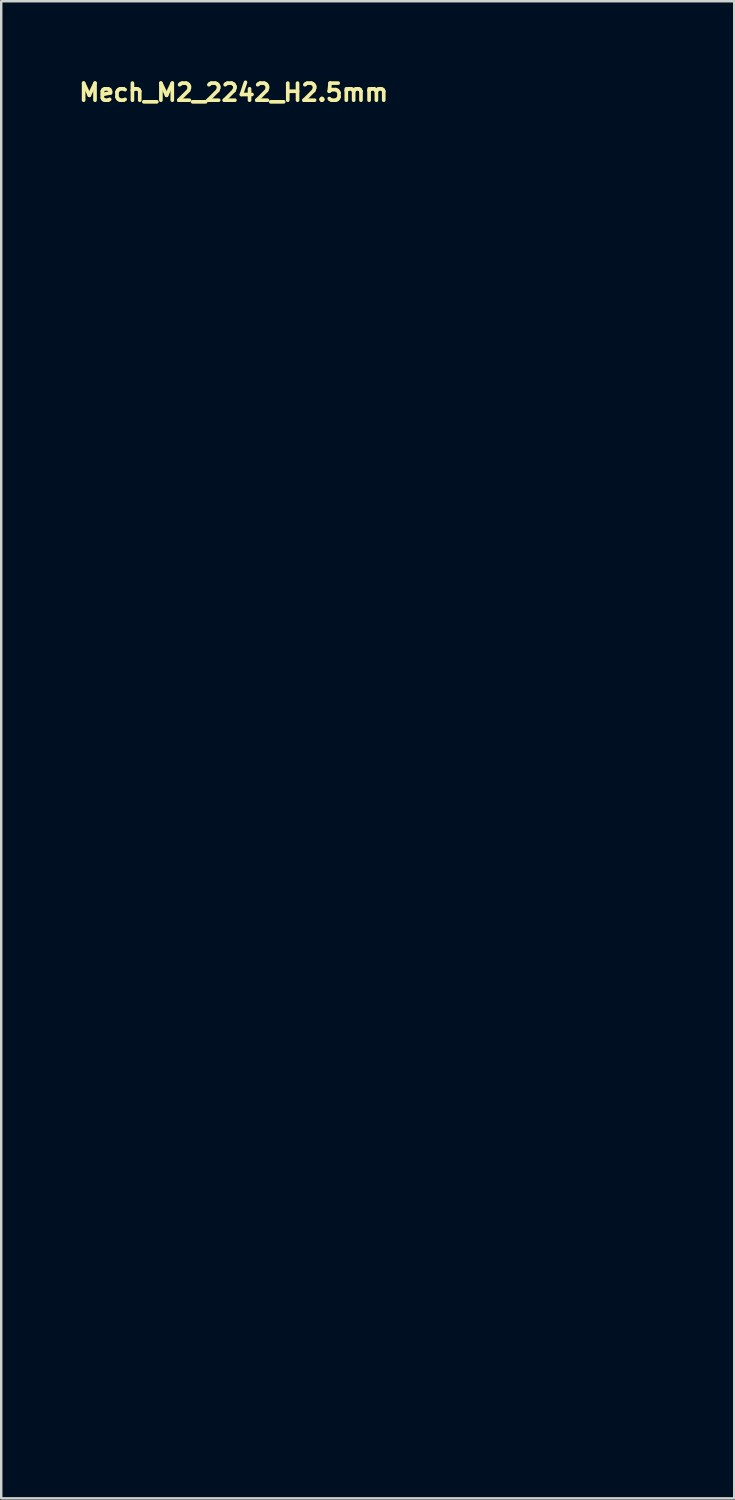
<source format=kicad_pcb>
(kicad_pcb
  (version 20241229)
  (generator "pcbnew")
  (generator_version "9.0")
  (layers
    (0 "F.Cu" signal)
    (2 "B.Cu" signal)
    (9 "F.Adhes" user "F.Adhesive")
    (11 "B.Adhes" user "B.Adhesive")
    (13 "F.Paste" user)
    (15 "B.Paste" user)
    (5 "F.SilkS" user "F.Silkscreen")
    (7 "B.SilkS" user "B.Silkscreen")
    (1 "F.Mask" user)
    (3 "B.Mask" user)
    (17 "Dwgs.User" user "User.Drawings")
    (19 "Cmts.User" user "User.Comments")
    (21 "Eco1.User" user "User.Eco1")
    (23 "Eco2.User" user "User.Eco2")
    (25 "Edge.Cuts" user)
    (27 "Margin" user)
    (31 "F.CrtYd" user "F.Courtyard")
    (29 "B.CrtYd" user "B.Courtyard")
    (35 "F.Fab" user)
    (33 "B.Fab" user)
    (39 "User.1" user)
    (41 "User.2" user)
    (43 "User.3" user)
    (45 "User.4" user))
  (footprint "Mech_M2_2242_H2.5mm"
    (layer "F.Cu")
    (at 12.944 13.26)
    (property "Reference" "Mech_M2_2242_H2.5mm" (at -0.001 -12.11 0) (layer "F.SilkS") (effects (font (size 0.7 0.7) (thickness 0.15)) (justify right bottom)))
    (attr exclude_from_pos_files exclude_from_bom)
    (fp_line (start -11 0) (end -11 42.001) (stroke (width 0.2) (type solid)) (layer "Eco1.User"))
    (fp_line (start -11 42.001) (end 10.999 42.001) (stroke (width 0.2) (type solid)) (layer "Eco1.User"))
    (fp_line (start 10.999 0) (end -11 0) (stroke (width 0.2) (type solid)) (layer "Eco1.User"))
    (fp_line (start 10.999 42.001) (end 10.999 0) (stroke (width 0.2) (type solid)) (layer "Eco1.User"))
    (fp_circle (center -0.001 0) (end -1.25 0) (stroke (width 0.2) (type solid)) (fill no) (layer "Eco1.User"))
    (fp_rect (start -11 0) (end 10.999 41.998) (stroke (width 0.1) (type solid)) (fill no) (layer "User.5"))
    (fp_line (start -11 0) (end -2.75 0) (stroke (width 0.02) (type solid)) (layer "User.9"))
    (fp_line (start -11 37.998) (end -11 0) (stroke (width 0.02) (type solid)) (layer "User.9"))
    (fp_line (start -11 37.998) (end 10.999 37.998) (stroke (width 0.02) (type solid)) (layer "User.9"))
    (fp_line (start -10.401 37.999) (end -10.426 37.998) (stroke (width 0.02) (type solid)) (layer "User.9"))
    (fp_line (start -10.376 38.001) (end -10.401 37.999) (stroke (width 0.02) (type solid)) (layer "User.9"))
    (fp_line (start -10.353 38.004) (end -10.376 38.001) (stroke (width 0.02) (type solid)) (layer "User.9"))
    (fp_line (start -10.327 38.008) (end -10.353 38.004) (stroke (width 0.02) (type solid)) (layer "User.9"))
    (fp_line (start -10.305 38.015) (end -10.327 38.008) (stroke (width 0.02) (type solid)) (layer "User.9"))
    (fp_line (start -10.28 38.021) (end -10.305 38.015) (stroke (width 0.02) (type solid)) (layer "User.9"))
    (fp_line (start -10.257 38.028) (end -10.28 38.021) (stroke (width 0.02) (type solid)) (layer "User.9"))
    (fp_line (start -10.234 38.037) (end -10.257 38.028) (stroke (width 0.02) (type solid)) (layer "User.9"))
    (fp_line (start -10.212 38.047) (end -10.234 38.037) (stroke (width 0.02) (type solid)) (layer "User.9"))
    (fp_line (start -10.19 38.057) (end -10.212 38.047) (stroke (width 0.02) (type solid)) (layer "User.9"))
    (fp_line (start -10.17 38.069) (end -10.19 38.057) (stroke (width 0.02) (type solid)) (layer "User.9"))
    (fp_line (start -10.148 38.083) (end -10.17 38.069) (stroke (width 0.02) (type solid)) (layer "User.9"))
    (fp_line (start -10.128 38.097) (end -10.148 38.083) (stroke (width 0.02) (type solid)) (layer "User.9"))
    (fp_line (start -10.109 38.112) (end -10.128 38.097) (stroke (width 0.02) (type solid)) (layer "User.9"))
    (fp_line (start -10.09 38.129) (end -10.109 38.112) (stroke (width 0.02) (type solid)) (layer "User.9"))
    (fp_line (start -10.073 38.146) (end -10.09 38.129) (stroke (width 0.02) (type solid)) (layer "User.9"))
    (fp_line (start -10.073 38.146) (end -10.073 38.146) (stroke (width 0.02) (type solid)) (layer "User.9"))
    (fp_line (start -10.055 38.164) (end -10.073 38.146) (stroke (width 0.02) (type solid)) (layer "User.9"))
    (fp_line (start -10.039 38.182) (end -10.055 38.164) (stroke (width 0.02) (type solid)) (layer "User.9"))
    (fp_line (start -10.025 38.202) (end -10.039 38.182) (stroke (width 0.02) (type solid)) (layer "User.9"))
    (fp_line (start -10.01 38.222) (end -10.025 38.202) (stroke (width 0.02) (type solid)) (layer "User.9"))
    (fp_line (start -9.997 38.243) (end -10.01 38.222) (stroke (width 0.02) (type solid)) (layer "User.9"))
    (fp_line (start -9.984 38.263) (end -9.997 38.243) (stroke (width 0.02) (type solid)) (layer "User.9"))
    (fp_line (start -9.974 38.286) (end -9.984 38.263) (stroke (width 0.02) (type solid)) (layer "User.9"))
    (fp_line (start -9.965 38.307) (end -9.974 38.286) (stroke (width 0.02) (type solid)) (layer "User.9"))
    (fp_line (start -9.955 38.33) (end -9.965 38.307) (stroke (width 0.02) (type solid)) (layer "User.9"))
    (fp_line (start -9.948 38.353) (end -9.955 38.33) (stroke (width 0.02) (type solid)) (layer "User.9"))
    (fp_line (start -9.942 38.377) (end -9.948 38.353) (stroke (width 0.02) (type solid)) (layer "User.9"))
    (fp_line (start -9.936 38.402) (end -9.942 38.377) (stroke (width 0.02) (type solid)) (layer "User.9"))
    (fp_line (start -9.932 38.426) (end -9.936 38.402) (stroke (width 0.02) (type solid)) (layer "User.9"))
    (fp_line (start -9.929 38.449) (end -9.932 38.426) (stroke (width 0.02) (type solid)) (layer "User.9"))
    (fp_line (start -9.926 38.475) (end -9.929 38.449) (stroke (width 0.02) (type solid)) (layer "User.9"))
    (fp_line (start -9.926 38.498) (end -9.926 38.475) (stroke (width 0.02) (type solid)) (layer "User.9"))
    (fp_line (start -9.926 41.998) (end -9.926 38.498) (stroke (width 0.02) (type solid)) (layer "User.9"))
    (fp_line (start -9.926 41.998) (end -6.726 41.998) (stroke (width 0.02) (type solid)) (layer "User.9"))
    (fp_line (start -9.426 39.998) (end -9.076 39.998) (stroke (width 0.02) (type solid)) (layer "User.9"))
    (fp_line (start -9.426 41.699) (end -9.426 39.998) (stroke (width 0.02) (type solid)) (layer "User.9"))
    (fp_line (start -9.076 39.998) (end -9.076 41.699) (stroke (width 0.02) (type solid)) (layer "User.9"))
    (fp_line (start -9.076 41.699) (end -9.426 41.699) (stroke (width 0.02) (type solid)) (layer "User.9"))
    (fp_line (start -8.926 39.998) (end -8.576 39.998) (stroke (width 0.02) (type solid)) (layer "User.9"))
    (fp_line (start -8.926 41.699) (end -8.926 39.998) (stroke (width 0.02) (type solid)) (layer "User.9"))
    (fp_line (start -8.576 39.998) (end -8.576 41.699) (stroke (width 0.02) (type solid)) (layer "User.9"))
    (fp_line (start -8.576 41.699) (end -8.926 41.699) (stroke (width 0.02) (type solid)) (layer "User.9"))
    (fp_line (start -8.426 39.998) (end -8.075 39.998) (stroke (width 0.02) (type solid)) (layer "User.9"))
    (fp_line (start -8.426 41.699) (end -8.426 39.998) (stroke (width 0.02) (type solid)) (layer "User.9"))
    (fp_line (start -8.075 39.998) (end -8.075 41.699) (stroke (width 0.02) (type solid)) (layer "User.9"))
    (fp_line (start -8.075 41.699) (end -8.426 41.699) (stroke (width 0.02) (type solid)) (layer "User.9"))
    (fp_line (start -7.925 39.998) (end -7.577 39.998) (stroke (width 0.02) (type solid)) (layer "User.9"))
    (fp_line (start -7.925 41.699) (end -7.925 39.998) (stroke (width 0.02) (type solid)) (layer "User.9"))
    (fp_line (start -7.577 39.998) (end -7.577 41.699) (stroke (width 0.02) (type solid)) (layer "User.9"))
    (fp_line (start -7.577 41.699) (end -7.925 41.699) (stroke (width 0.02) (type solid)) (layer "User.9"))
    (fp_line (start -7.425 39.998) (end -7.077 39.998) (stroke (width 0.02) (type solid)) (layer "User.9"))
    (fp_line (start -7.425 41.699) (end -7.425 39.998) (stroke (width 0.02) (type solid)) (layer "User.9"))
    (fp_line (start -7.077 39.998) (end -7.077 41.699) (stroke (width 0.02) (type solid)) (layer "User.9"))
    (fp_line (start -7.077 41.699) (end -7.425 41.699) (stroke (width 0.02) (type solid)) (layer "User.9"))
    (fp_line (start -6.726 39.068) (end -6.726 39.098) (stroke (width 0.02) (type solid)) (layer "User.9"))
    (fp_line (start -6.726 39.098) (end -6.726 41.998) (stroke (width 0.02) (type solid)) (layer "User.9"))
    (fp_line (start -6.723 39.037) (end -6.726 39.068) (stroke (width 0.02) (type solid)) (layer "User.9"))
    (fp_line (start -6.72 39.007) (end -6.723 39.037) (stroke (width 0.02) (type solid)) (layer "User.9"))
    (fp_line (start -6.713 38.978) (end -6.72 39.007) (stroke (width 0.02) (type solid)) (layer "User.9"))
    (fp_line (start -6.707 38.949) (end -6.713 38.978) (stroke (width 0.02) (type solid)) (layer "User.9"))
    (fp_line (start -6.699 38.92) (end -6.707 38.949) (stroke (width 0.02) (type solid)) (layer "User.9"))
    (fp_line (start -6.689 38.893) (end -6.699 38.92) (stroke (width 0.02) (type solid)) (layer "User.9"))
    (fp_line (start -6.678 38.865) (end -6.689 38.893) (stroke (width 0.02) (type solid)) (layer "User.9"))
    (fp_line (start -6.667 38.838) (end -6.678 38.865) (stroke (width 0.02) (type solid)) (layer "User.9"))
    (fp_line (start -6.654 38.813) (end -6.667 38.838) (stroke (width 0.02) (type solid)) (layer "User.9"))
    (fp_line (start -6.64 38.789) (end -6.654 38.813) (stroke (width 0.02) (type solid)) (layer "User.9"))
    (fp_line (start -6.624 38.763) (end -6.64 38.789) (stroke (width 0.02) (type solid)) (layer "User.9"))
    (fp_line (start -6.606 38.74) (end -6.624 38.763) (stroke (width 0.02) (type solid)) (layer "User.9"))
    (fp_line (start -6.588 38.717) (end -6.606 38.74) (stroke (width 0.02) (type solid)) (layer "User.9"))
    (fp_line (start -6.571 38.696) (end -6.588 38.717) (stroke (width 0.02) (type solid)) (layer "User.9"))
    (fp_line (start -6.55 38.675) (end -6.571 38.696) (stroke (width 0.02) (type solid)) (layer "User.9"))
    (fp_line (start -6.529 38.655) (end -6.55 38.675) (stroke (width 0.02) (type solid)) (layer "User.9"))
    (fp_line (start -6.508 38.637) (end -6.529 38.655) (stroke (width 0.02) (type solid)) (layer "User.9"))
    (fp_line (start -6.484 38.618) (end -6.508 38.637) (stroke (width 0.02) (type solid)) (layer "User.9"))
    (fp_line (start -6.462 38.601) (end -6.484 38.618) (stroke (width 0.02) (type solid)) (layer "User.9"))
    (fp_line (start -6.438 38.586) (end -6.462 38.601) (stroke (width 0.02) (type solid)) (layer "User.9"))
    (fp_line (start -6.412 38.571) (end -6.438 38.586) (stroke (width 0.02) (type solid)) (layer "User.9"))
    (fp_line (start -6.386 38.559) (end -6.412 38.571) (stroke (width 0.02) (type solid)) (layer "User.9"))
    (fp_line (start -6.359 38.547) (end -6.386 38.559) (stroke (width 0.02) (type solid)) (layer "User.9"))
    (fp_line (start -6.332 38.536) (end -6.359 38.547) (stroke (width 0.02) (type solid)) (layer "User.9"))
    (fp_line (start -6.305 38.527) (end -6.332 38.536) (stroke (width 0.02) (type solid)) (layer "User.9"))
    (fp_line (start -6.276 38.519) (end -6.305 38.527) (stroke (width 0.02) (type solid)) (layer "User.9"))
    (fp_line (start -6.247 38.512) (end -6.276 38.519) (stroke (width 0.02) (type solid)) (layer "User.9"))
    (fp_line (start -6.218 38.507) (end -6.247 38.512) (stroke (width 0.02) (type solid)) (layer "User.9"))
    (fp_line (start -6.188 38.502) (end -6.218 38.507) (stroke (width 0.02) (type solid)) (layer "User.9"))
    (fp_line (start -6.156 38.501) (end -6.188 38.502) (stroke (width 0.02) (type solid)) (layer "User.9"))
    (fp_line (start -6.125 38.499) (end -6.156 38.501) (stroke (width 0.02) (type solid)) (layer "User.9"))
    (fp_line (start -6.125 38.499) (end -6.125 38.499) (stroke (width 0.02) (type solid)) (layer "User.9"))
    (fp_line (start -6.095 38.501) (end -6.125 38.499) (stroke (width 0.02) (type solid)) (layer "User.9"))
    (fp_line (start -6.064 38.502) (end -6.095 38.501) (stroke (width 0.02) (type solid)) (layer "User.9"))
    (fp_line (start -6.034 38.507) (end -6.064 38.502) (stroke (width 0.02) (type solid)) (layer "User.9"))
    (fp_line (start -6.005 38.512) (end -6.034 38.507) (stroke (width 0.02) (type solid)) (layer "User.9"))
    (fp_line (start -5.976 38.519) (end -6.005 38.512) (stroke (width 0.02) (type solid)) (layer "User.9"))
    (fp_line (start -5.947 38.527) (end -5.976 38.519) (stroke (width 0.02) (type solid)) (layer "User.9"))
    (fp_line (start -5.92 38.536) (end -5.947 38.527) (stroke (width 0.02) (type solid)) (layer "User.9"))
    (fp_line (start -5.893 38.547) (end -5.92 38.536) (stroke (width 0.02) (type solid)) (layer "User.9"))
    (fp_line (start -5.866 38.559) (end -5.893 38.547) (stroke (width 0.02) (type solid)) (layer "User.9"))
    (fp_line (start -5.84 38.571) (end -5.866 38.559) (stroke (width 0.02) (type solid)) (layer "User.9"))
    (fp_line (start -5.814 38.586) (end -5.84 38.571) (stroke (width 0.02) (type solid)) (layer "User.9"))
    (fp_line (start -5.79 38.601) (end -5.814 38.586) (stroke (width 0.02) (type solid)) (layer "User.9"))
    (fp_line (start -5.768 38.618) (end -5.79 38.601) (stroke (width 0.02) (type solid)) (layer "User.9"))
    (fp_line (start -5.744 38.637) (end -5.768 38.618) (stroke (width 0.02) (type solid)) (layer "User.9"))
    (fp_line (start -5.723 38.655) (end -5.744 38.637) (stroke (width 0.02) (type solid)) (layer "User.9"))
    (fp_line (start -5.702 38.675) (end -5.723 38.655) (stroke (width 0.02) (type solid)) (layer "User.9"))
    (fp_line (start -5.681 38.696) (end -5.702 38.675) (stroke (width 0.02) (type solid)) (layer "User.9"))
    (fp_line (start -5.664 38.717) (end -5.681 38.696) (stroke (width 0.02) (type solid)) (layer "User.9"))
    (fp_line (start -5.646 38.74) (end -5.664 38.717) (stroke (width 0.02) (type solid)) (layer "User.9"))
    (fp_line (start -5.628 38.763) (end -5.646 38.74) (stroke (width 0.02) (type solid)) (layer "User.9"))
    (fp_line (start -5.612 38.789) (end -5.628 38.763) (stroke (width 0.02) (type solid)) (layer "User.9"))
    (fp_line (start -5.598 38.813) (end -5.612 38.789) (stroke (width 0.02) (type solid)) (layer "User.9"))
    (fp_line (start -5.585 38.838) (end -5.598 38.813) (stroke (width 0.02) (type solid)) (layer "User.9"))
    (fp_line (start -5.574 38.865) (end -5.585 38.838) (stroke (width 0.02) (type solid)) (layer "User.9"))
    (fp_line (start -5.563 38.893) (end -5.574 38.865) (stroke (width 0.02) (type solid)) (layer "User.9"))
    (fp_line (start -5.553 38.92) (end -5.563 38.893) (stroke (width 0.02) (type solid)) (layer "User.9"))
    (fp_line (start -5.545 38.949) (end -5.553 38.92) (stroke (width 0.02) (type solid)) (layer "User.9"))
    (fp_line (start -5.539 38.978) (end -5.545 38.949) (stroke (width 0.02) (type solid)) (layer "User.9"))
    (fp_line (start -5.532 39.007) (end -5.539 38.978) (stroke (width 0.02) (type solid)) (layer "User.9"))
    (fp_line (start -5.529 39.037) (end -5.532 39.007) (stroke (width 0.02) (type solid)) (layer "User.9"))
    (fp_line (start -5.526 39.068) (end -5.529 39.037) (stroke (width 0.02) (type solid)) (layer "User.9"))
    (fp_line (start -5.526 39.098) (end -5.526 39.068) (stroke (width 0.02) (type solid)) (layer "User.9"))
    (fp_line (start -5.526 39.098) (end -5.526 41.998) (stroke (width 0.02) (type solid)) (layer "User.9"))
    (fp_line (start -5.526 41.998) (end 5.025 41.998) (stroke (width 0.02) (type solid)) (layer "User.9"))
    (fp_line (start -4.925 39.998) (end -4.577 39.998) (stroke (width 0.02) (type solid)) (layer "User.9"))
    (fp_line (start -4.925 41.699) (end -4.925 39.998) (stroke (width 0.02) (type solid)) (layer "User.9"))
    (fp_line (start -4.577 39.998) (end -4.577 41.699) (stroke (width 0.02) (type solid)) (layer "User.9"))
    (fp_line (start -4.577 41.699) (end -4.925 41.699) (stroke (width 0.02) (type solid)) (layer "User.9"))
    (fp_line (start -4.425 39.998) (end -4.077 39.998) (stroke (width 0.02) (type solid)) (layer "User.9"))
    (fp_line (start -4.425 41.699) (end -4.425 39.998) (stroke (width 0.02) (type solid)) (layer "User.9"))
    (fp_line (start -4.077 39.998) (end -4.077 41.699) (stroke (width 0.02) (type solid)) (layer "User.9"))
    (fp_line (start -4.077 41.699) (end -4.425 41.699) (stroke (width 0.02) (type solid)) (layer "User.9"))
    (fp_line (start -3.926 39.998) (end -3.576 39.998) (stroke (width 0.02) (type solid)) (layer "User.9"))
    (fp_line (start -3.926 41.699) (end -3.926 39.998) (stroke (width 0.02) (type solid)) (layer "User.9"))
    (fp_line (start -3.576 39.998) (end -3.576 41.699) (stroke (width 0.02) (type solid)) (layer "User.9"))
    (fp_line (start -3.576 41.699) (end -3.926 41.699) (stroke (width 0.02) (type solid)) (layer "User.9"))
    (fp_line (start -3.426 39.998) (end -3.077 39.998) (stroke (width 0.02) (type solid)) (layer "User.9"))
    (fp_line (start -3.426 41.699) (end -3.426 39.998) (stroke (width 0.02) (type solid)) (layer "User.9"))
    (fp_line (start -3.077 39.998) (end -3.077 41.699) (stroke (width 0.02) (type solid)) (layer "User.9"))
    (fp_line (start -3.077 41.699) (end -3.426 41.699) (stroke (width 0.02) (type solid)) (layer "User.9"))
    (fp_line (start -2.926 39.998) (end -2.577 39.998) (stroke (width 0.02) (type solid)) (layer "User.9"))
    (fp_line (start -2.926 41.699) (end -2.926 39.998) (stroke (width 0.02) (type solid)) (layer "User.9"))
    (fp_line (start -2.75 0) (end -2.745 0.183) (stroke (width 0.02) (type solid)) (layer "User.9"))
    (fp_line (start -2.75 0) (end -1.75 0) (stroke (width 0.02) (type solid)) (layer "User.9"))
    (fp_line (start -2.745 0.183) (end -2.726 0.364) (stroke (width 0.02) (type solid)) (layer "User.9"))
    (fp_line (start -2.726 0.364) (end -2.698 0.541) (stroke (width 0.02) (type solid)) (layer "User.9"))
    (fp_line (start -2.698 0.541) (end -2.656 0.716) (stroke (width 0.02) (type solid)) (layer "User.9"))
    (fp_line (start -2.656 0.716) (end -2.604 0.887) (stroke (width 0.02) (type solid)) (layer "User.9"))
    (fp_line (start -2.604 0.887) (end -2.54 1.055) (stroke (width 0.02) (type solid)) (layer "User.9"))
    (fp_line (start -2.577 39.998) (end -2.577 41.699) (stroke (width 0.02) (type solid)) (layer "User.9"))
    (fp_line (start -2.577 41.699) (end -2.926 41.699) (stroke (width 0.02) (type solid)) (layer "User.9"))
    (fp_line (start -2.54 1.055) (end -2.467 1.218) (stroke (width 0.02) (type solid)) (layer "User.9"))
    (fp_line (start -2.467 1.218) (end -2.383 1.375) (stroke (width 0.02) (type solid)) (layer "User.9"))
    (fp_line (start -2.426 39.998) (end -2.077 39.998) (stroke (width 0.02) (type solid)) (layer "User.9"))
    (fp_line (start -2.426 41.699) (end -2.426 39.998) (stroke (width 0.02) (type solid)) (layer "User.9"))
    (fp_line (start -2.383 1.375) (end -2.289 1.526) (stroke (width 0.02) (type solid)) (layer "User.9"))
    (fp_line (start -2.289 1.526) (end -2.185 1.67) (stroke (width 0.02) (type solid)) (layer "User.9"))
    (fp_line (start -2.185 1.67) (end -2.072 1.809) (stroke (width 0.02) (type solid)) (layer "User.9"))
    (fp_line (start -2.077 39.998) (end -2.077 41.699) (stroke (width 0.02) (type solid)) (layer "User.9"))
    (fp_line (start -2.077 41.699) (end -2.426 41.699) (stroke (width 0.02) (type solid)) (layer "User.9"))
    (fp_line (start -2.072 1.809) (end -1.95 1.94) (stroke (width 0.02) (type solid)) (layer "User.9"))
    (fp_line (start -1.95 1.94) (end -1.819 2.062) (stroke (width 0.02) (type solid)) (layer "User.9"))
    (fp_line (start -1.926 39.998) (end -1.575 39.998) (stroke (width 0.02) (type solid)) (layer "User.9"))
    (fp_line (start -1.926 41.699) (end -1.926 39.998) (stroke (width 0.02) (type solid)) (layer "User.9"))
    (fp_line (start -1.819 2.062) (end -1.68 2.178) (stroke (width 0.02) (type solid)) (layer "User.9"))
    (fp_line (start -1.75 0) (end -1.748 0.116) (stroke (width 0.02) (type solid)) (layer "User.9"))
    (fp_line (start -1.748 0.116) (end -1.736 0.23) (stroke (width 0.02) (type solid)) (layer "User.9"))
    (fp_line (start -1.736 0.23) (end -1.716 0.344) (stroke (width 0.02) (type solid)) (layer "User.9"))
    (fp_line (start -1.716 0.344) (end -1.69 0.455) (stroke (width 0.02) (type solid)) (layer "User.9"))
    (fp_line (start -1.69 0.455) (end -1.657 0.565) (stroke (width 0.02) (type solid)) (layer "User.9"))
    (fp_line (start -1.68 2.178) (end -1.532 2.283) (stroke (width 0.02) (type solid)) (layer "User.9"))
    (fp_line (start -1.657 0.565) (end -1.617 0.67) (stroke (width 0.02) (type solid)) (layer "User.9"))
    (fp_line (start -1.617 0.67) (end -1.569 0.774) (stroke (width 0.02) (type solid)) (layer "User.9"))
    (fp_line (start -1.575 39.998) (end -1.575 41.699) (stroke (width 0.02) (type solid)) (layer "User.9"))
    (fp_line (start -1.575 41.699) (end -1.926 41.699) (stroke (width 0.02) (type solid)) (layer "User.9"))
    (fp_line (start -1.569 0.774) (end -1.516 0.873) (stroke (width 0.02) (type solid)) (layer "User.9"))
    (fp_line (start -1.532 2.283) (end -1.375 2.381) (stroke (width 0.02) (type solid)) (layer "User.9"))
    (fp_line (start -1.516 0.873) (end -1.456 0.971) (stroke (width 0.02) (type solid)) (layer "User.9"))
    (fp_line (start -1.456 0.971) (end -1.391 1.062) (stroke (width 0.02) (type solid)) (layer "User.9"))
    (fp_line (start -1.426 39.998) (end -1.075 39.998) (stroke (width 0.02) (type solid)) (layer "User.9"))
    (fp_line (start -1.426 41.699) (end -1.426 39.998) (stroke (width 0.02) (type solid)) (layer "User.9"))
    (fp_line (start -1.391 1.062) (end -1.319 1.151) (stroke (width 0.02) (type solid)) (layer "User.9"))
    (fp_line (start -1.375 2.381) (end -1.375 2.381) (stroke (width 0.02) (type solid)) (layer "User.9"))
    (fp_line (start -1.375 2.381) (end -1.214 2.466) (stroke (width 0.02) (type solid)) (layer "User.9"))
    (fp_line (start -1.319 1.151) (end -1.242 1.233) (stroke (width 0.02) (type solid)) (layer "User.9"))
    (fp_line (start -1.242 1.233) (end -1.158 1.312) (stroke (width 0.02) (type solid)) (layer "User.9"))
    (fp_line (start -1.214 2.466) (end -1.049 2.541) (stroke (width 0.02) (type solid)) (layer "User.9"))
    (fp_line (start -1.158 1.312) (end -1.069 1.385) (stroke (width 0.02) (type solid)) (layer "User.9"))
    (fp_line (start -1.075 39.998) (end -1.075 41.699) (stroke (width 0.02) (type solid)) (layer "User.9"))
    (fp_line (start -1.075 41.699) (end -1.426 41.699) (stroke (width 0.02) (type solid)) (layer "User.9"))
    (fp_line (start -1.069 1.385) (end -0.975 1.452) (stroke (width 0.02) (type solid)) (layer "User.9"))
    (fp_line (start -1.049 2.541) (end -0.879 2.605) (stroke (width 0.02) (type solid)) (layer "User.9"))
    (fp_line (start -0.975 1.452) (end -0.875 1.515) (stroke (width 0.02) (type solid)) (layer "User.9"))
    (fp_line (start -0.927 39.998) (end -0.576 39.998) (stroke (width 0.02) (type solid)) (layer "User.9"))
    (fp_line (start -0.927 41.699) (end -0.927 39.998) (stroke (width 0.02) (type solid)) (layer "User.9"))
    (fp_line (start -0.879 2.605) (end -0.707 2.657) (stroke (width 0.02) (type solid)) (layer "User.9"))
    (fp_line (start -0.875 1.515) (end -0.875 1.515) (stroke (width 0.02) (type solid)) (layer "User.9"))
    (fp_line (start -0.875 1.515) (end -0.774 1.57) (stroke (width 0.02) (type solid)) (layer "User.9"))
    (fp_line (start -0.774 1.57) (end -0.668 1.617) (stroke (width 0.02) (type solid)) (layer "User.9"))
    (fp_line (start -0.707 2.657) (end -0.533 2.698) (stroke (width 0.02) (type solid)) (layer "User.9"))
    (fp_line (start -0.668 1.617) (end -0.56 1.658) (stroke (width 0.02) (type solid)) (layer "User.9"))
    (fp_line (start -0.576 39.998) (end -0.576 41.699) (stroke (width 0.02) (type solid)) (layer "User.9"))
    (fp_line (start -0.576 41.699) (end -0.927 41.699) (stroke (width 0.02) (type solid)) (layer "User.9"))
    (fp_line (start -0.56 1.658) (end -0.451 1.69) (stroke (width 0.02) (type solid)) (layer "User.9"))
    (fp_line (start -0.533 2.698) (end -0.356 2.725) (stroke (width 0.02) (type solid)) (layer "User.9"))
    (fp_line (start -0.451 1.69) (end -0.34 1.716) (stroke (width 0.02) (type solid)) (layer "User.9"))
    (fp_line (start -0.425 39.998) (end -0.075 39.998) (stroke (width 0.02) (type solid)) (layer "User.9"))
    (fp_line (start -0.425 41.699) (end -0.425 39.998) (stroke (width 0.02) (type solid)) (layer "User.9"))
    (fp_line (start -0.356 2.725) (end -0.178 2.744) (stroke (width 0.02) (type solid)) (layer "User.9"))
    (fp_line (start -0.34 1.716) (end -0.228 1.734) (stroke (width 0.02) (type solid)) (layer "User.9"))
    (fp_line (start -0.228 1.734) (end -0.115 1.745) (stroke (width 0.02) (type solid)) (layer "User.9"))
    (fp_line (start -0.178 2.744) (end 0 2.75) (stroke (width 0.02) (type solid)) (layer "User.9"))
    (fp_line (start -0.115 1.745) (end 0 1.748) (stroke (width 0.02) (type solid)) (layer "User.9"))
    (fp_line (start -0.075 39.998) (end -0.075 41.699) (stroke (width 0.02) (type solid)) (layer "User.9"))
    (fp_line (start -0.075 41.699) (end -0.425 41.699) (stroke (width 0.02) (type solid)) (layer "User.9"))
    (fp_line (start 0 1.748) (end 0.113 1.745) (stroke (width 0.02) (type solid)) (layer "User.9"))
    (fp_line (start 0 2.75) (end 0.176 2.744) (stroke (width 0.02) (type solid)) (layer "User.9"))
    (fp_line (start 0.073 39.998) (end 0.423 39.998) (stroke (width 0.02) (type solid)) (layer "User.9"))
    (fp_line (start 0.073 41.699) (end 0.073 39.998) (stroke (width 0.02) (type solid)) (layer "User.9"))
    (fp_line (start 0.113 1.745) (end 0.226 1.734) (stroke (width 0.02) (type solid)) (layer "User.9"))
    (fp_line (start 0.176 2.744) (end 0.354 2.725) (stroke (width 0.02) (type solid)) (layer "User.9"))
    (fp_line (start 0.226 1.734) (end 0.338 1.716) (stroke (width 0.02) (type solid)) (layer "User.9"))
    (fp_line (start 0.338 1.716) (end 0.449 1.69) (stroke (width 0.02) (type solid)) (layer "User.9"))
    (fp_line (start 0.354 2.725) (end 0.531 2.698) (stroke (width 0.02) (type solid)) (layer "User.9"))
    (fp_line (start 0.423 39.998) (end 0.423 41.699) (stroke (width 0.02) (type solid)) (layer "User.9"))
    (fp_line (start 0.423 41.699) (end 0.073 41.699) (stroke (width 0.02) (type solid)) (layer "User.9"))
    (fp_line (start 0.449 1.69) (end 0.558 1.658) (stroke (width 0.02) (type solid)) (layer "User.9"))
    (fp_line (start 0.531 2.698) (end 0.705 2.657) (stroke (width 0.02) (type solid)) (layer "User.9"))
    (fp_line (start 0.558 1.658) (end 0.666 1.617) (stroke (width 0.02) (type solid)) (layer "User.9"))
    (fp_line (start 0.574 39.998) (end 0.925 39.998) (stroke (width 0.02) (type solid)) (layer "User.9"))
    (fp_line (start 0.574 41.699) (end 0.574 39.998) (stroke (width 0.02) (type solid)) (layer "User.9"))
    (fp_line (start 0.666 1.617) (end 0.772 1.57) (stroke (width 0.02) (type solid)) (layer "User.9"))
    (fp_line (start 0.705 2.657) (end 0.877 2.605) (stroke (width 0.02) (type solid)) (layer "User.9"))
    (fp_line (start 0.772 1.57) (end 0.873 1.515) (stroke (width 0.02) (type solid)) (layer "User.9"))
    (fp_line (start 0.873 1.515) (end 0.873 1.515) (stroke (width 0.02) (type solid)) (layer "User.9"))
    (fp_line (start 0.873 1.515) (end 0.925 1.484) (stroke (width 0.02) (type solid)) (layer "User.9"))
    (fp_line (start 0.877 2.605) (end 1.046 2.541) (stroke (width 0.02) (type solid)) (layer "User.9"))
    (fp_line (start 0.925 1.484) (end 0.973 1.452) (stroke (width 0.02) (type solid)) (layer "User.9"))
    (fp_line (start 0.925 39.998) (end 0.925 41.699) (stroke (width 0.02) (type solid)) (layer "User.9"))
    (fp_line (start 0.925 41.699) (end 0.574 41.699) (stroke (width 0.02) (type solid)) (layer "User.9"))
    (fp_line (start 0.973 1.452) (end 1.021 1.419) (stroke (width 0.02) (type solid)) (layer "User.9"))
    (fp_line (start 1.021 1.419) (end 1.068 1.385) (stroke (width 0.02) (type solid)) (layer "User.9"))
    (fp_line (start 1.046 2.541) (end 1.213 2.466) (stroke (width 0.02) (type solid)) (layer "User.9"))
    (fp_line (start 1.068 1.385) (end 1.112 1.349) (stroke (width 0.02) (type solid)) (layer "User.9"))
    (fp_line (start 1.074 39.998) (end 1.425 39.998) (stroke (width 0.02) (type solid)) (layer "User.9"))
    (fp_line (start 1.074 41.699) (end 1.074 39.998) (stroke (width 0.02) (type solid)) (layer "User.9"))
    (fp_line (start 1.112 1.349) (end 1.155 1.312) (stroke (width 0.02) (type solid)) (layer "User.9"))
    (fp_line (start 1.155 1.312) (end 1.199 1.274) (stroke (width 0.02) (type solid)) (layer "User.9"))
    (fp_line (start 1.199 1.274) (end 1.239 1.233) (stroke (width 0.02) (type solid)) (layer "User.9"))
    (fp_line (start 1.213 2.466) (end 1.374 2.381) (stroke (width 0.02) (type solid)) (layer "User.9"))
    (fp_line (start 1.239 1.233) (end 1.279 1.192) (stroke (width 0.02) (type solid)) (layer "User.9"))
    (fp_line (start 1.279 1.192) (end 1.316 1.151) (stroke (width 0.02) (type solid)) (layer "User.9"))
    (fp_line (start 1.316 1.151) (end 1.354 1.108) (stroke (width 0.02) (type solid)) (layer "User.9"))
    (fp_line (start 1.354 1.108) (end 1.388 1.062) (stroke (width 0.02) (type solid)) (layer "User.9"))
    (fp_line (start 1.374 2.381) (end 1.374 2.381) (stroke (width 0.02) (type solid)) (layer "User.9"))
    (fp_line (start 1.374 2.381) (end 1.453 2.334) (stroke (width 0.02) (type solid)) (layer "User.9"))
    (fp_line (start 1.388 1.062) (end 1.423 1.016) (stroke (width 0.02) (type solid)) (layer "User.9"))
    (fp_line (start 1.423 1.016) (end 1.455 0.971) (stroke (width 0.02) (type solid)) (layer "User.9"))
    (fp_line (start 1.425 39.998) (end 1.425 41.699) (stroke (width 0.02) (type solid)) (layer "User.9"))
    (fp_line (start 1.425 41.699) (end 1.074 41.699) (stroke (width 0.02) (type solid)) (layer "User.9"))
    (fp_line (start 1.453 2.334) (end 1.529 2.283) (stroke (width 0.02) (type solid)) (layer "User.9"))
    (fp_line (start 1.455 0.971) (end 1.485 0.922) (stroke (width 0.02) (type solid)) (layer "User.9"))
    (fp_line (start 1.485 0.922) (end 1.515 0.873) (stroke (width 0.02) (type solid)) (layer "User.9"))
    (fp_line (start 1.515 0.873) (end 1.542 0.824) (stroke (width 0.02) (type solid)) (layer "User.9"))
    (fp_line (start 1.529 2.283) (end 1.604 2.231) (stroke (width 0.02) (type solid)) (layer "User.9"))
    (fp_line (start 1.542 0.824) (end 1.568 0.774) (stroke (width 0.02) (type solid)) (layer "User.9"))
    (fp_line (start 1.568 0.774) (end 1.592 0.722) (stroke (width 0.02) (type solid)) (layer "User.9"))
    (fp_line (start 1.574 39.998) (end 1.925 39.998) (stroke (width 0.02) (type solid)) (layer "User.9"))
    (fp_line (start 1.574 41.699) (end 1.574 39.998) (stroke (width 0.02) (type solid)) (layer "User.9"))
    (fp_line (start 1.592 0.722) (end 1.614 0.67) (stroke (width 0.02) (type solid)) (layer "User.9"))
    (fp_line (start 1.604 2.231) (end 1.677 2.178) (stroke (width 0.02) (type solid)) (layer "User.9"))
    (fp_line (start 1.614 0.67) (end 1.636 0.619) (stroke (width 0.02) (type solid)) (layer "User.9"))
    (fp_line (start 1.636 0.619) (end 1.656 0.565) (stroke (width 0.02) (type solid)) (layer "User.9"))
    (fp_line (start 1.656 0.565) (end 1.673 0.51) (stroke (width 0.02) (type solid)) (layer "User.9"))
    (fp_line (start 1.673 0.51) (end 1.689 0.455) (stroke (width 0.02) (type solid)) (layer "User.9"))
    (fp_line (start 1.677 2.178) (end 1.749 2.122) (stroke (width 0.02) (type solid)) (layer "User.9"))
    (fp_line (start 1.689 0.455) (end 1.703 0.401) (stroke (width 0.02) (type solid)) (layer "User.9"))
    (fp_line (start 1.703 0.401) (end 1.715 0.344) (stroke (width 0.02) (type solid)) (layer "User.9"))
    (fp_line (start 1.715 0.344) (end 1.725 0.288) (stroke (width 0.02) (type solid)) (layer "User.9"))
    (fp_line (start 1.725 0.288) (end 1.733 0.23) (stroke (width 0.02) (type solid)) (layer "User.9"))
    (fp_line (start 1.733 0.23) (end 1.741 0.173) (stroke (width 0.02) (type solid)) (layer "User.9"))
    (fp_line (start 1.741 0.173) (end 1.745 0.116) (stroke (width 0.02) (type solid)) (layer "User.9"))
    (fp_line (start 1.745 0.116) (end 1.749 0.058) (stroke (width 0.02) (type solid)) (layer "User.9"))
    (fp_line (start 1.749 0) (end 2.749 0) (stroke (width 0.02) (type solid)) (layer "User.9"))
    (fp_line (start 1.749 0.058) (end 1.749 0) (stroke (width 0.02) (type solid)) (layer "User.9"))
    (fp_line (start 1.749 2.122) (end 1.816 2.062) (stroke (width 0.02) (type solid)) (layer "User.9"))
    (fp_line (start 1.816 2.062) (end 1.884 2.001) (stroke (width 0.02) (type solid)) (layer "User.9"))
    (fp_line (start 1.884 2.001) (end 1.947 1.94) (stroke (width 0.02) (type solid)) (layer "User.9"))
    (fp_line (start 1.925 39.998) (end 1.925 41.699) (stroke (width 0.02) (type solid)) (layer "User.9"))
    (fp_line (start 1.925 41.699) (end 1.574 41.699) (stroke (width 0.02) (type solid)) (layer "User.9"))
    (fp_line (start 1.947 1.94) (end 2.01 1.875) (stroke (width 0.02) (type solid)) (layer "User.9"))
    (fp_line (start 2.01 1.875) (end 2.069 1.809) (stroke (width 0.02) (type solid)) (layer "User.9"))
    (fp_line (start 2.069 1.809) (end 2.128 1.741) (stroke (width 0.02) (type solid)) (layer "User.9"))
    (fp_line (start 2.075 39.998) (end 2.423 39.998) (stroke (width 0.02) (type solid)) (layer "User.9"))
    (fp_line (start 2.075 41.699) (end 2.075 39.998) (stroke (width 0.02) (type solid)) (layer "User.9"))
    (fp_line (start 2.128 1.741) (end 2.182 1.67) (stroke (width 0.02) (type solid)) (layer "User.9"))
    (fp_line (start 2.182 1.67) (end 2.236 1.599) (stroke (width 0.02) (type solid)) (layer "User.9"))
    (fp_line (start 2.236 1.599) (end 2.286 1.526) (stroke (width 0.02) (type solid)) (layer "User.9"))
    (fp_line (start 2.286 1.526) (end 2.334 1.451) (stroke (width 0.02) (type solid)) (layer "User.9"))
    (fp_line (start 2.334 1.451) (end 2.381 1.375) (stroke (width 0.02) (type solid)) (layer "User.9"))
    (fp_line (start 2.381 1.375) (end 2.423 1.297) (stroke (width 0.02) (type solid)) (layer "User.9"))
    (fp_line (start 2.423 1.297) (end 2.464 1.218) (stroke (width 0.02) (type solid)) (layer "User.9"))
    (fp_line (start 2.423 39.998) (end 2.423 41.699) (stroke (width 0.02) (type solid)) (layer "User.9"))
    (fp_line (start 2.423 41.699) (end 2.075 41.699) (stroke (width 0.02) (type solid)) (layer "User.9"))
    (fp_line (start 2.464 1.218) (end 2.503 1.137) (stroke (width 0.02) (type solid)) (layer "User.9"))
    (fp_line (start 2.503 1.137) (end 2.539 1.055) (stroke (width 0.02) (type solid)) (layer "User.9"))
    (fp_line (start 2.539 1.055) (end 2.572 0.972) (stroke (width 0.02) (type solid)) (layer "User.9"))
    (fp_line (start 2.572 0.972) (end 2.601 0.887) (stroke (width 0.02) (type solid)) (layer "User.9"))
    (fp_line (start 2.575 39.998) (end 2.923 39.998) (stroke (width 0.02) (type solid)) (layer "User.9"))
    (fp_line (start 2.575 41.699) (end 2.575 39.998) (stroke (width 0.02) (type solid)) (layer "User.9"))
    (fp_line (start 2.601 0.887) (end 2.629 0.803) (stroke (width 0.02) (type solid)) (layer "User.9"))
    (fp_line (start 2.629 0.803) (end 2.653 0.716) (stroke (width 0.02) (type solid)) (layer "User.9"))
    (fp_line (start 2.653 0.716) (end 2.676 0.629) (stroke (width 0.02) (type solid)) (layer "User.9"))
    (fp_line (start 2.676 0.629) (end 2.696 0.541) (stroke (width 0.02) (type solid)) (layer "User.9"))
    (fp_line (start 2.696 0.541) (end 2.712 0.452) (stroke (width 0.02) (type solid)) (layer "User.9"))
    (fp_line (start 2.712 0.452) (end 2.725 0.364) (stroke (width 0.02) (type solid)) (layer "User.9"))
    (fp_line (start 2.725 0.364) (end 2.736 0.274) (stroke (width 0.02) (type solid)) (layer "User.9"))
    (fp_line (start 2.736 0.274) (end 2.742 0.183) (stroke (width 0.02) (type solid)) (layer "User.9"))
    (fp_line (start 2.742 0.183) (end 2.748 0.091) (stroke (width 0.02) (type solid)) (layer "User.9"))
    (fp_line (start 2.748 0.091) (end 2.749 0) (stroke (width 0.02) (type solid)) (layer "User.9"))
    (fp_line (start 2.923 39.998) (end 2.923 41.699) (stroke (width 0.02) (type solid)) (layer "User.9"))
    (fp_line (start 2.923 41.699) (end 2.575 41.699) (stroke (width 0.02) (type solid)) (layer "User.9"))
    (fp_line (start 3.075 39.998) (end 3.423 39.998) (stroke (width 0.02) (type solid)) (layer "User.9"))
    (fp_line (start 3.075 41.699) (end 3.075 39.998) (stroke (width 0.02) (type solid)) (layer "User.9"))
    (fp_line (start 3.423 39.998) (end 3.423 41.699) (stroke (width 0.02) (type solid)) (layer "User.9"))
    (fp_line (start 3.423 41.699) (end 3.075 41.699) (stroke (width 0.02) (type solid)) (layer "User.9"))
    (fp_line (start 3.575 39.998) (end 3.923 39.998) (stroke (width 0.02) (type solid)) (layer "User.9"))
    (fp_line (start 3.575 41.699) (end 3.575 39.998) (stroke (width 0.02) (type solid)) (layer "User.9"))
    (fp_line (start 3.923 39.998) (end 3.923 41.699) (stroke (width 0.02) (type solid)) (layer "User.9"))
    (fp_line (start 3.923 41.699) (end 3.575 41.699) (stroke (width 0.02) (type solid)) (layer "User.9"))
    (fp_line (start 4.075 39.998) (end 4.424 39.998) (stroke (width 0.02) (type solid)) (layer "User.9"))
    (fp_line (start 4.075 41.699) (end 4.075 39.998) (stroke (width 0.02) (type solid)) (layer "User.9"))
    (fp_line (start 4.424 39.998) (end 4.424 41.699) (stroke (width 0.02) (type solid)) (layer "User.9"))
    (fp_line (start 4.424 41.699) (end 4.075 41.699) (stroke (width 0.02) (type solid)) (layer "User.9"))
    (fp_line (start 5.025 39.068) (end 5.025 39.098) (stroke (width 0.02) (type solid)) (layer "User.9"))
    (fp_line (start 5.025 39.098) (end 5.025 41.998) (stroke (width 0.02) (type solid)) (layer "User.9"))
    (fp_line (start 5.028 39.037) (end 5.025 39.068) (stroke (width 0.02) (type solid)) (layer "User.9"))
    (fp_line (start 5.03 39.007) (end 5.028 39.037) (stroke (width 0.02) (type solid)) (layer "User.9"))
    (fp_line (start 5.036 38.978) (end 5.03 39.007) (stroke (width 0.02) (type solid)) (layer "User.9"))
    (fp_line (start 5.043 38.949) (end 5.036 38.978) (stroke (width 0.02) (type solid)) (layer "User.9"))
    (fp_line (start 5.052 38.92) (end 5.043 38.949) (stroke (width 0.02) (type solid)) (layer "User.9"))
    (fp_line (start 5.06 38.893) (end 5.052 38.92) (stroke (width 0.02) (type solid)) (layer "User.9"))
    (fp_line (start 5.071 38.865) (end 5.06 38.893) (stroke (width 0.02) (type solid)) (layer "User.9"))
    (fp_line (start 5.084 38.838) (end 5.071 38.865) (stroke (width 0.02) (type solid)) (layer "User.9"))
    (fp_line (start 5.097 38.813) (end 5.084 38.838) (stroke (width 0.02) (type solid)) (layer "User.9"))
    (fp_line (start 5.11 38.789) (end 5.097 38.813) (stroke (width 0.02) (type solid)) (layer "User.9"))
    (fp_line (start 5.126 38.763) (end 5.11 38.789) (stroke (width 0.02) (type solid)) (layer "User.9"))
    (fp_line (start 5.144 38.74) (end 5.126 38.763) (stroke (width 0.02) (type solid)) (layer "User.9"))
    (fp_line (start 5.161 38.717) (end 5.144 38.74) (stroke (width 0.02) (type solid)) (layer "User.9"))
    (fp_line (start 5.179 38.696) (end 5.161 38.717) (stroke (width 0.02) (type solid)) (layer "User.9"))
    (fp_line (start 5.2 38.675) (end 5.179 38.696) (stroke (width 0.02) (type solid)) (layer "User.9"))
    (fp_line (start 5.22 38.655) (end 5.2 38.675) (stroke (width 0.02) (type solid)) (layer "User.9"))
    (fp_line (start 5.243 38.637) (end 5.22 38.655) (stroke (width 0.02) (type solid)) (layer "User.9"))
    (fp_line (start 5.265 38.618) (end 5.243 38.637) (stroke (width 0.02) (type solid)) (layer "User.9"))
    (fp_line (start 5.288 38.601) (end 5.265 38.618) (stroke (width 0.02) (type solid)) (layer "User.9"))
    (fp_line (start 5.312 38.586) (end 5.288 38.601) (stroke (width 0.02) (type solid)) (layer "User.9"))
    (fp_line (start 5.339 38.571) (end 5.312 38.586) (stroke (width 0.02) (type solid)) (layer "User.9"))
    (fp_line (start 5.363 38.559) (end 5.339 38.571) (stroke (width 0.02) (type solid)) (layer "User.9"))
    (fp_line (start 5.39 38.547) (end 5.363 38.559) (stroke (width 0.02) (type solid)) (layer "User.9"))
    (fp_line (start 5.418 38.536) (end 5.39 38.547) (stroke (width 0.02) (type solid)) (layer "User.9"))
    (fp_line (start 5.445 38.527) (end 5.418 38.536) (stroke (width 0.02) (type solid)) (layer "User.9"))
    (fp_line (start 5.475 38.519) (end 5.445 38.527) (stroke (width 0.02) (type solid)) (layer "User.9"))
    (fp_line (start 5.504 38.512) (end 5.475 38.519) (stroke (width 0.02) (type solid)) (layer "User.9"))
    (fp_line (start 5.533 38.507) (end 5.504 38.512) (stroke (width 0.02) (type solid)) (layer "User.9"))
    (fp_line (start 5.562 38.502) (end 5.533 38.507) (stroke (width 0.02) (type solid)) (layer "User.9"))
    (fp_line (start 5.594 38.501) (end 5.562 38.502) (stroke (width 0.02) (type solid)) (layer "User.9"))
    (fp_line (start 5.624 38.499) (end 5.594 38.501) (stroke (width 0.02) (type solid)) (layer "User.9"))
    (fp_line (start 5.624 38.499) (end 5.624 38.499) (stroke (width 0.02) (type solid)) (layer "User.9"))
    (fp_line (start 5.655 38.501) (end 5.624 38.499) (stroke (width 0.02) (type solid)) (layer "User.9"))
    (fp_line (start 5.685 38.502) (end 5.655 38.501) (stroke (width 0.02) (type solid)) (layer "User.9"))
    (fp_line (start 5.716 38.507) (end 5.685 38.502) (stroke (width 0.02) (type solid)) (layer "User.9"))
    (fp_line (start 5.744 38.512) (end 5.716 38.507) (stroke (width 0.02) (type solid)) (layer "User.9"))
    (fp_line (start 5.773 38.519) (end 5.744 38.512) (stroke (width 0.02) (type solid)) (layer "User.9"))
    (fp_line (start 5.802 38.527) (end 5.773 38.519) (stroke (width 0.02) (type solid)) (layer "User.9"))
    (fp_line (start 5.831 38.536) (end 5.802 38.527) (stroke (width 0.02) (type solid)) (layer "User.9"))
    (fp_line (start 5.858 38.547) (end 5.831 38.536) (stroke (width 0.02) (type solid)) (layer "User.9"))
    (fp_line (start 5.884 38.559) (end 5.858 38.547) (stroke (width 0.02) (type solid)) (layer "User.9"))
    (fp_line (start 5.91 38.571) (end 5.884 38.559) (stroke (width 0.02) (type solid)) (layer "User.9"))
    (fp_line (start 5.935 38.586) (end 5.91 38.571) (stroke (width 0.02) (type solid)) (layer "User.9"))
    (fp_line (start 5.959 38.601) (end 5.935 38.586) (stroke (width 0.02) (type solid)) (layer "User.9"))
    (fp_line (start 5.983 38.618) (end 5.959 38.601) (stroke (width 0.02) (type solid)) (layer "User.9"))
    (fp_line (start 6.006 38.637) (end 5.983 38.618) (stroke (width 0.02) (type solid)) (layer "User.9"))
    (fp_line (start 6.028 38.655) (end 6.006 38.637) (stroke (width 0.02) (type solid)) (layer "User.9"))
    (fp_line (start 6.049 38.675) (end 6.028 38.655) (stroke (width 0.02) (type solid)) (layer "User.9"))
    (fp_line (start 6.068 38.696) (end 6.049 38.675) (stroke (width 0.02) (type solid)) (layer "User.9"))
    (fp_line (start 6.086 38.717) (end 6.068 38.696) (stroke (width 0.02) (type solid)) (layer "User.9"))
    (fp_line (start 6.105 38.74) (end 6.086 38.717) (stroke (width 0.02) (type solid)) (layer "User.9"))
    (fp_line (start 6.121 38.763) (end 6.105 38.74) (stroke (width 0.02) (type solid)) (layer "User.9"))
    (fp_line (start 6.137 38.789) (end 6.121 38.763) (stroke (width 0.02) (type solid)) (layer "User.9"))
    (fp_line (start 6.152 38.813) (end 6.137 38.789) (stroke (width 0.02) (type solid)) (layer "User.9"))
    (fp_line (start 6.164 38.838) (end 6.152 38.813) (stroke (width 0.02) (type solid)) (layer "User.9"))
    (fp_line (start 6.177 38.865) (end 6.164 38.838) (stroke (width 0.02) (type solid)) (layer "User.9"))
    (fp_line (start 6.187 38.893) (end 6.177 38.865) (stroke (width 0.02) (type solid)) (layer "User.9"))
    (fp_line (start 6.196 38.92) (end 6.187 38.893) (stroke (width 0.02) (type solid)) (layer "User.9"))
    (fp_line (start 6.206 38.949) (end 6.196 38.92) (stroke (width 0.02) (type solid)) (layer "User.9"))
    (fp_line (start 6.211 38.978) (end 6.206 38.949) (stroke (width 0.02) (type solid)) (layer "User.9"))
    (fp_line (start 6.217 39.007) (end 6.211 38.978) (stroke (width 0.02) (type solid)) (layer "User.9"))
    (fp_line (start 6.22 39.037) (end 6.217 39.007) (stroke (width 0.02) (type solid)) (layer "User.9"))
    (fp_line (start 6.224 39.068) (end 6.22 39.037) (stroke (width 0.02) (type solid)) (layer "User.9"))
    (fp_line (start 6.224 39.098) (end 6.224 39.068) (stroke (width 0.02) (type solid)) (layer "User.9"))
    (fp_line (start 6.224 39.098) (end 6.224 41.998) (stroke (width 0.02) (type solid)) (layer "User.9"))
    (fp_line (start 6.224 41.998) (end 9.925 41.998) (stroke (width 0.02) (type solid)) (layer "User.9"))
    (fp_line (start 6.575 39.998) (end 6.924 39.998) (stroke (width 0.02) (type solid)) (layer "User.9"))
    (fp_line (start 6.575 41.699) (end 6.575 39.998) (stroke (width 0.02) (type solid)) (layer "User.9"))
    (fp_line (start 6.924 39.998) (end 6.924 41.699) (stroke (width 0.02) (type solid)) (layer "User.9"))
    (fp_line (start 6.924 41.699) (end 6.575 41.699) (stroke (width 0.02) (type solid)) (layer "User.9"))
    (fp_line (start 7.075 39.998) (end 7.424 39.998) (stroke (width 0.02) (type solid)) (layer "User.9"))
    (fp_line (start 7.075 41.699) (end 7.075 39.998) (stroke (width 0.02) (type solid)) (layer "User.9"))
    (fp_line (start 7.424 39.998) (end 7.424 41.699) (stroke (width 0.02) (type solid)) (layer "User.9"))
    (fp_line (start 7.424 41.699) (end 7.075 41.699) (stroke (width 0.02) (type solid)) (layer "User.9"))
    (fp_line (start 7.575 39.998) (end 7.924 39.998) (stroke (width 0.02) (type solid)) (layer "User.9"))
    (fp_line (start 7.575 41.699) (end 7.575 39.998) (stroke (width 0.02) (type solid)) (layer "User.9"))
    (fp_line (start 7.924 39.998) (end 7.924 41.699) (stroke (width 0.02) (type solid)) (layer "User.9"))
    (fp_line (start 7.924 41.699) (end 7.575 41.699) (stroke (width 0.02) (type solid)) (layer "User.9"))
    (fp_line (start 8.073 39.998) (end 8.425 39.998) (stroke (width 0.02) (type solid)) (layer "User.9"))
    (fp_line (start 8.073 41.699) (end 8.073 39.998) (stroke (width 0.02) (type solid)) (layer "User.9"))
    (fp_line (start 8.425 39.998) (end 8.425 41.699) (stroke (width 0.02) (type solid)) (layer "User.9"))
    (fp_line (start 8.425 41.699) (end 8.073 41.699) (stroke (width 0.02) (type solid)) (layer "User.9"))
    (fp_line (start 8.573 39.998) (end 8.925 39.998) (stroke (width 0.02) (type solid)) (layer "User.9"))
    (fp_line (start 8.573 41.699) (end 8.573 39.998) (stroke (width 0.02) (type solid)) (layer "User.9"))
    (fp_line (start 8.925 39.998) (end 8.925 41.699) (stroke (width 0.02) (type solid)) (layer "User.9"))
    (fp_line (start 8.925 41.699) (end 8.573 41.699) (stroke (width 0.02) (type solid)) (layer "User.9"))
    (fp_line (start 9.073 39.998) (end 9.425 39.998) (stroke (width 0.02) (type solid)) (layer "User.9"))
    (fp_line (start 9.073 39.998) (end 9.425 39.998) (stroke (width 0.02) (type solid)) (layer "User.9"))
    (fp_line (start 9.073 41.699) (end 9.073 39.998) (stroke (width 0.02) (type solid)) (layer "User.9"))
    (fp_line (start 9.073 41.699) (end 9.073 39.998) (stroke (width 0.02) (type solid)) (layer "User.9"))
    (fp_line (start 9.425 39.998) (end 9.425 41.699) (stroke (width 0.02) (type solid)) (layer "User.9"))
    (fp_line (start 9.425 39.998) (end 9.425 41.699) (stroke (width 0.02) (type solid)) (layer "User.9"))
    (fp_line (start 9.425 41.699) (end 9.073 41.699) (stroke (width 0.02) (type solid)) (layer "User.9"))
    (fp_line (start 9.425 41.699) (end 9.073 41.699) (stroke (width 0.02) (type solid)) (layer "User.9"))
    (fp_line (start 9.925 38.475) (end 9.925 38.498) (stroke (width 0.02) (type solid)) (layer "User.9"))
    (fp_line (start 9.925 41.998) (end 9.925 38.498) (stroke (width 0.02) (type solid)) (layer "User.9"))
    (fp_line (start 9.926 38.449) (end 9.925 38.475) (stroke (width 0.02) (type solid)) (layer "User.9"))
    (fp_line (start 9.929 38.426) (end 9.926 38.449) (stroke (width 0.02) (type solid)) (layer "User.9"))
    (fp_line (start 9.934 38.402) (end 9.929 38.426) (stroke (width 0.02) (type solid)) (layer "User.9"))
    (fp_line (start 9.939 38.377) (end 9.934 38.402) (stroke (width 0.02) (type solid)) (layer "User.9"))
    (fp_line (start 9.945 38.353) (end 9.939 38.377) (stroke (width 0.02) (type solid)) (layer "User.9"))
    (fp_line (start 9.954 38.33) (end 9.945 38.353) (stroke (width 0.02) (type solid)) (layer "User.9"))
    (fp_line (start 9.963 38.307) (end 9.954 38.33) (stroke (width 0.02) (type solid)) (layer "User.9"))
    (fp_line (start 9.971 38.286) (end 9.963 38.307) (stroke (width 0.02) (type solid)) (layer "User.9"))
    (fp_line (start 9.983 38.263) (end 9.971 38.286) (stroke (width 0.02) (type solid)) (layer "User.9"))
    (fp_line (start 9.995 38.243) (end 9.983 38.263) (stroke (width 0.02) (type solid)) (layer "User.9"))
    (fp_line (start 10.009 38.222) (end 9.995 38.243) (stroke (width 0.02) (type solid)) (layer "User.9"))
    (fp_line (start 10.022 38.202) (end 10.009 38.222) (stroke (width 0.02) (type solid)) (layer "User.9"))
    (fp_line (start 10.038 38.182) (end 10.022 38.202) (stroke (width 0.02) (type solid)) (layer "User.9"))
    (fp_line (start 10.054 38.164) (end 10.038 38.182) (stroke (width 0.02) (type solid)) (layer "User.9"))
    (fp_line (start 10.07 38.146) (end 10.054 38.164) (stroke (width 0.02) (type solid)) (layer "User.9"))
    (fp_line (start 10.07 38.146) (end 10.07 38.146) (stroke (width 0.02) (type solid)) (layer "User.9"))
    (fp_line (start 10.089 38.129) (end 10.07 38.146) (stroke (width 0.02) (type solid)) (layer "User.9"))
    (fp_line (start 10.108 38.112) (end 10.089 38.129) (stroke (width 0.02) (type solid)) (layer "User.9"))
    (fp_line (start 10.127 38.097) (end 10.108 38.112) (stroke (width 0.02) (type solid)) (layer "User.9"))
    (fp_line (start 10.147 38.083) (end 10.127 38.097) (stroke (width 0.02) (type solid)) (layer "User.9"))
    (fp_line (start 10.168 38.069) (end 10.147 38.083) (stroke (width 0.02) (type solid)) (layer "User.9"))
    (fp_line (start 10.188 38.057) (end 10.168 38.069) (stroke (width 0.02) (type solid)) (layer "User.9"))
    (fp_line (start 10.211 38.047) (end 10.188 38.057) (stroke (width 0.02) (type solid)) (layer "User.9"))
    (fp_line (start 10.233 38.037) (end 10.211 38.047) (stroke (width 0.02) (type solid)) (layer "User.9"))
    (fp_line (start 10.256 38.028) (end 10.233 38.037) (stroke (width 0.02) (type solid)) (layer "User.9"))
    (fp_line (start 10.278 38.021) (end 10.256 38.028) (stroke (width 0.02) (type solid)) (layer "User.9"))
    (fp_line (start 10.303 38.015) (end 10.278 38.021) (stroke (width 0.02) (type solid)) (layer "User.9"))
    (fp_line (start 10.326 38.008) (end 10.303 38.015) (stroke (width 0.02) (type solid)) (layer "User.9"))
    (fp_line (start 10.351 38.004) (end 10.326 38.008) (stroke (width 0.02) (type solid)) (layer "User.9"))
    (fp_line (start 10.374 38.001) (end 10.351 38.004) (stroke (width 0.02) (type solid)) (layer "User.9"))
    (fp_line (start 10.4 37.999) (end 10.374 38.001) (stroke (width 0.02) (type solid)) (layer "User.9"))
    (fp_line (start 10.425 37.998) (end 10.4 37.999) (stroke (width 0.02) (type solid)) (layer "User.9"))
    (fp_line (start 10.999 0) (end 2.749 0) (stroke (width 0.02) (type solid)) (layer "User.9"))
    (fp_line (start 10.999 37.998) (end 10.999 0) (stroke (width 0.02) (type solid)) (layer "User.9")))
  (gr_rect
    (start -3 -3)
    (end 27.043 58.361)
    (stroke (width 0.1) (type default))
    (fill no)
    (layer "Edge.Cuts")))
</source>
